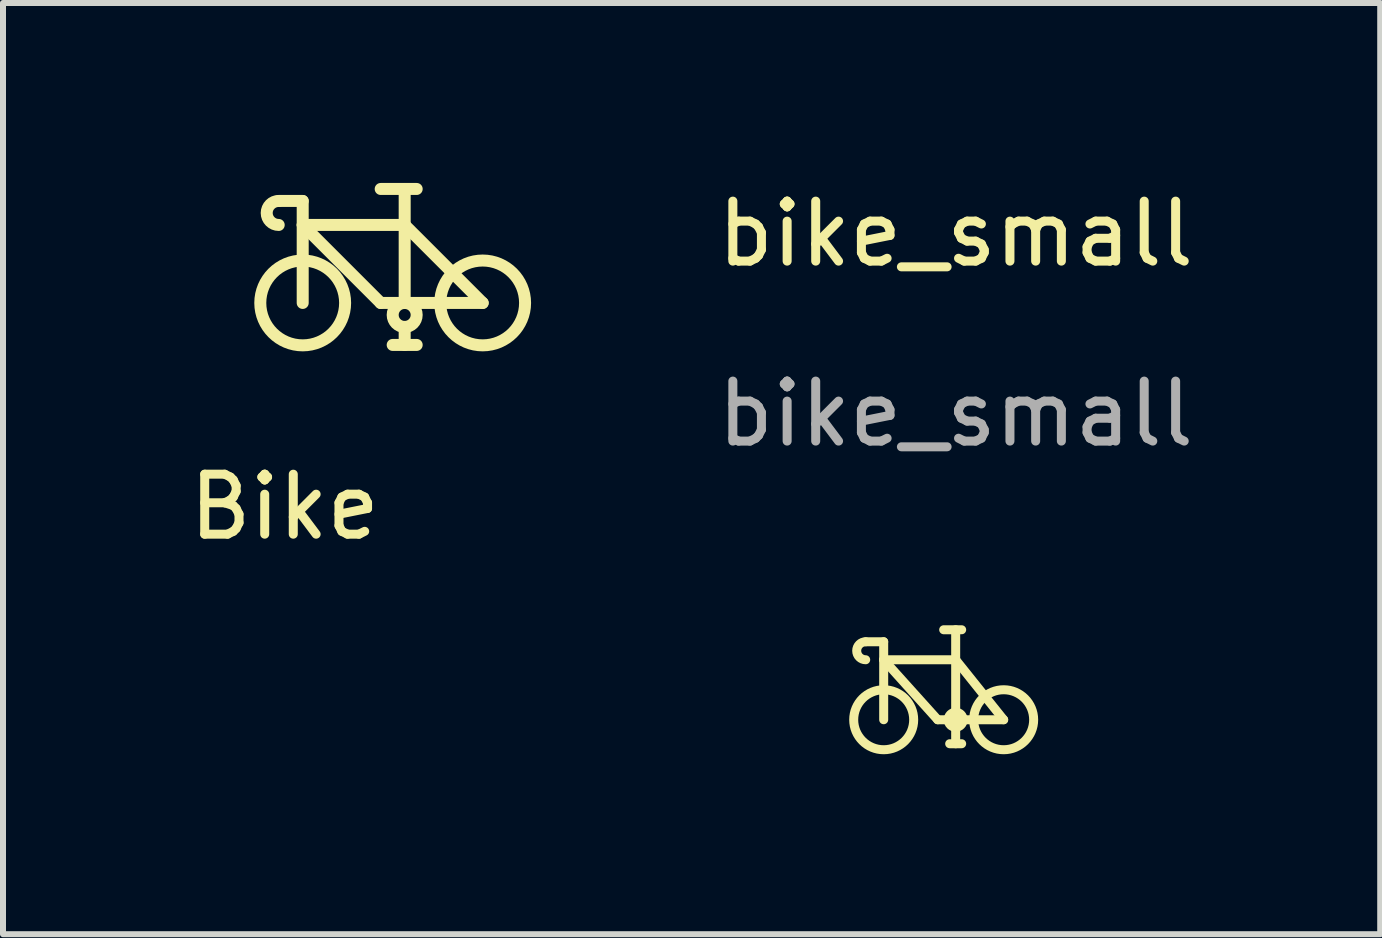
<source format=kicad_pcb>
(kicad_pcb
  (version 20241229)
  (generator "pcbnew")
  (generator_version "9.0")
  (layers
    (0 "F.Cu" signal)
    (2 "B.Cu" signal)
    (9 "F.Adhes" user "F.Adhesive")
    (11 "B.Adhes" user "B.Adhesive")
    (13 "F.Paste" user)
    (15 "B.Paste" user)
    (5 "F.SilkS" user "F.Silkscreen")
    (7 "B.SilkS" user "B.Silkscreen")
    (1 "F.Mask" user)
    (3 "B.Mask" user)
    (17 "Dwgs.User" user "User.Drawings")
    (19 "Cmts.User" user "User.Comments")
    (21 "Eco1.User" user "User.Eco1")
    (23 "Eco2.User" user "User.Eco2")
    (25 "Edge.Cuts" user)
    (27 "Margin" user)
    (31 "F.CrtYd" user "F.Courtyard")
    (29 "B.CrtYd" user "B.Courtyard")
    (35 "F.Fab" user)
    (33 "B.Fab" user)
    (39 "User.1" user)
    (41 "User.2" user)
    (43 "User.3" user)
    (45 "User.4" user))
  (footprint "Bike"
    (layer "F.Cu")
    (at 1.696 5.9)
    (property "Reference" "Bike" (at 0 -0.5 0) (unlocked yes) (layer "F.SilkS") (effects (font (size 1 1) (thickness 0.15))))
    (attr smd)
    (fp_line (start 0.3 -5.6) (end -0.1 -5.6) (stroke (width 0.2) (type solid)) (layer "F.SilkS"))
    (fp_line (start 0.3 -5.2) (end 1.6 -3.9) (stroke (width 0.2) (type solid)) (layer "F.SilkS"))
    (fp_line (start 0.3 -5.2) (end 2 -5.2) (stroke (width 0.2) (type solid)) (layer "F.SilkS"))
    (fp_line (start 0.3 -3.9) (end 0.3 -5.6) (stroke (width 0.2) (type solid)) (layer "F.SilkS"))
    (fp_line (start 1.6 -3.9) (end 3.3 -3.9) (stroke (width 0.2) (type solid)) (layer "F.SilkS"))
    (fp_line (start 1.8 -3.2) (end 2.2 -3.2) (stroke (width 0.2) (type solid)) (layer "F.SilkS"))
    (fp_line (start 2 -5.8) (end 2 -3.9) (stroke (width 0.2) (type solid)) (layer "F.SilkS"))
    (fp_line (start 2 -5.2) (end 3.3 -3.9) (stroke (width 0.2) (type solid)) (layer "F.SilkS"))
    (fp_line (start 2 -3.5) (end 2 -3.2) (stroke (width 0.2) (type solid)) (layer "F.SilkS"))
    (fp_line (start 2.2 -5.8) (end 1.6 -5.8) (stroke (width 0.2) (type solid)) (layer "F.SilkS"))
    (fp_arc (start -0.1 -5.2) (mid -0.3 -5.4) (end -0.1 -5.6) (stroke (width 0.2) (type solid)) (layer "F.SilkS"))
    (fp_circle (center 0.3 -3.9) (end 1.007 -3.9) (stroke (width 0.2) (type solid)) (fill no) (layer "F.SilkS"))
    (fp_circle (center 2 -3.7) (end 2.2 -3.7) (stroke (width 0.2) (type solid)) (fill no) (layer "F.SilkS"))
    (fp_circle (center 3.3 -3.9) (end 4.007 -3.9) (stroke (width 0.2) (type solid)) (fill no) (layer "F.SilkS")))
  (footprint "bike_small"
    (layer "F.Cu")
    (at 12.881 8.948)
    (property "Reference" "bike_small" (at 0 -8.1 0) (unlocked yes) (layer "F.SilkS") (effects (font (size 1 1) (thickness 0.15))))
    (attr smd)
    (fp_line (start -1.2 -1.3) (end -1.5 -1.3) (stroke (width 0.15) (type solid)) (layer "F.SilkS"))
    (fp_line (start -1.2 -1) (end -0.3 0) (stroke (width 0.15) (type solid)) (layer "F.SilkS"))
    (fp_line (start -1.2 -1) (end 0 -1) (stroke (width 0.15) (type solid)) (layer "F.SilkS"))
    (fp_line (start -1.2 0) (end -1.2 -1.3) (stroke (width 0.15) (type solid)) (layer "F.SilkS"))
    (fp_line (start -0.3 0) (end 0.8 0) (stroke (width 0.15) (type solid)) (layer "F.SilkS"))
    (fp_line (start -0.1 0.4) (end 0.1 0.4) (stroke (width 0.15) (type solid)) (layer "F.SilkS"))
    (fp_line (start 0 -1.5) (end 0 0) (stroke (width 0.15) (type solid)) (layer "F.SilkS"))
    (fp_line (start 0 -1) (end 0.8 0) (stroke (width 0.15) (type solid)) (layer "F.SilkS"))
    (fp_line (start 0 0) (end 0 0.4) (stroke (width 0.15) (type solid)) (layer "F.SilkS"))
    (fp_line (start 0.1 -1.5) (end -0.2 -1.5) (stroke (width 0.15) (type solid)) (layer "F.SilkS"))
    (fp_arc (start -1.5 -1) (mid -1.65 -1.15) (end -1.5 -1.3) (stroke (width 0.15) (type solid)) (layer "F.SilkS"))
    (fp_circle (center -1.2 0) (end -0.7 0) (stroke (width 0.15) (type solid)) (fill no) (layer "F.SilkS"))
    (fp_circle (center 0 0) (end 0.1 0) (stroke (width 0.2) (type solid)) (fill no) (layer "F.SilkS"))
    (fp_circle (center 0.8 0) (end 1.3 0) (stroke (width 0.15) (type solid)) (fill no) (layer "F.SilkS"))
    (fp_text user "${REFERENCE}" (at 0 -5.1 0) (unlocked yes) (layer "F.Fab") (effects (font (size 1 1) (thickness 0.15)))))
  (gr_rect
    (start -3 -3)
    (end 19.958 12.523)
    (stroke (width 0.1) (type default))
    (fill no)
    (layer "Edge.Cuts")))
</source>
